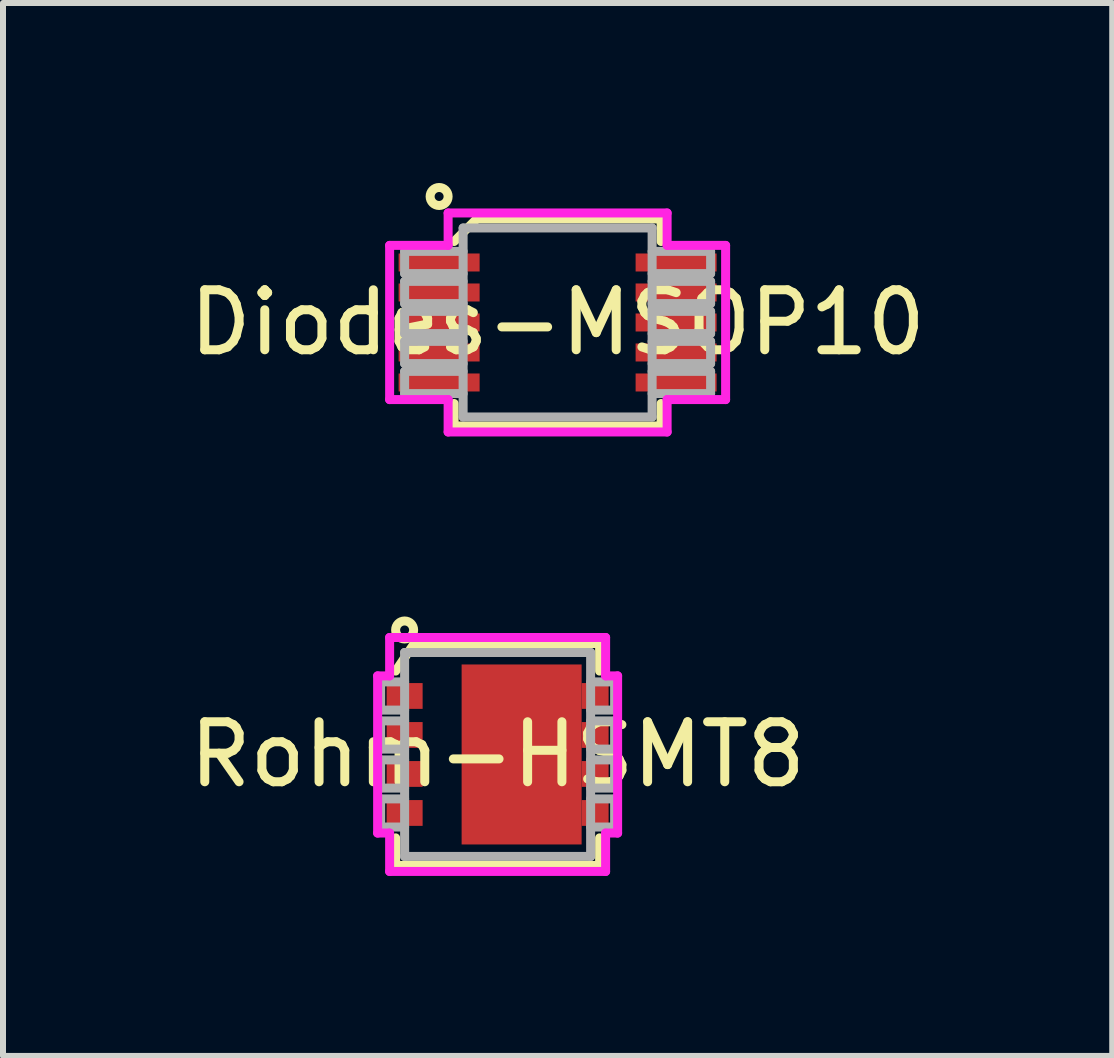
<source format=kicad_pcb>
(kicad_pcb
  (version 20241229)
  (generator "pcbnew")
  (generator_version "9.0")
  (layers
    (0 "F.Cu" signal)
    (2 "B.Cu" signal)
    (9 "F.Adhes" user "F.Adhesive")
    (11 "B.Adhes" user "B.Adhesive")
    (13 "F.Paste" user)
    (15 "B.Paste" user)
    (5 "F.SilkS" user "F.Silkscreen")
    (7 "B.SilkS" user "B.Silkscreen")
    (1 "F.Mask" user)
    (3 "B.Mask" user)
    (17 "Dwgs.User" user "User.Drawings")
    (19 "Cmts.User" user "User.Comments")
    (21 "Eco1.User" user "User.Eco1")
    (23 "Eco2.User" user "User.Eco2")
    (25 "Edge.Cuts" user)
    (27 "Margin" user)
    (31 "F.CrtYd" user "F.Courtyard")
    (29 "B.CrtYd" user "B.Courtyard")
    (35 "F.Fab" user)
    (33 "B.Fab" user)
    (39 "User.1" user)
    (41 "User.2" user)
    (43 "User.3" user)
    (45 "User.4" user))
  (footprint "Diodes-MSOP10"
    (layer "F.Cu")
    (at 6.244 2.325)
    (property "Reference" "Diodes-MSOP10" (at 0 0 0) (layer "F.SilkS") (effects (font (size 1 1) (thickness 0.15))))
    (attr through_hole)
    (fp_line (start -1.725 -1.35) (end -1.35 -1.725) (stroke (width 0.15) (type solid)) (layer "F.SilkS"))
    (fp_line (start -1.725 1.725) (end -1.725 1.35) (stroke (width 0.15) (type solid)) (layer "F.SilkS"))
    (fp_line (start -1.35 -1.725) (end 1.725 -1.725) (stroke (width 0.15) (type solid)) (layer "F.SilkS"))
    (fp_line (start 1.725 -1.725) (end 1.725 -1.35) (stroke (width 0.15) (type solid)) (layer "F.SilkS"))
    (fp_line (start 1.725 1.35) (end 1.725 1.725) (stroke (width 0.15) (type solid)) (layer "F.SilkS"))
    (fp_line (start 1.725 1.725) (end -1.725 1.725) (stroke (width 0.15) (type solid)) (layer "F.SilkS"))
    (fp_circle (center -1.975 -2.1) (end -1.975 -1.95) (stroke (width 0.15) (type solid)) (fill no) (layer "F.SilkS"))
    (fp_line (start -2.8 -1.285) (end -1.825 -1.285) (stroke (width 0.15) (type solid)) (layer "F.CrtYd"))
    (fp_line (start -2.8 1.285) (end -2.8 -1.285) (stroke (width 0.15) (type solid)) (layer "F.CrtYd"))
    (fp_line (start -1.825 -1.825) (end 1.825 -1.825) (stroke (width 0.15) (type solid)) (layer "F.CrtYd"))
    (fp_line (start -1.825 -1.285) (end -1.825 -1.825) (stroke (width 0.15) (type solid)) (layer "F.CrtYd"))
    (fp_line (start -1.825 1.285) (end -2.8 1.285) (stroke (width 0.15) (type solid)) (layer "F.CrtYd"))
    (fp_line (start -1.825 1.825) (end -1.825 1.285) (stroke (width 0.15) (type solid)) (layer "F.CrtYd"))
    (fp_line (start 1.825 -1.825) (end 1.825 -1.285) (stroke (width 0.15) (type solid)) (layer "F.CrtYd"))
    (fp_line (start 1.825 -1.285) (end 2.8 -1.285) (stroke (width 0.15) (type solid)) (layer "F.CrtYd"))
    (fp_line (start 1.825 1.285) (end 1.825 1.825) (stroke (width 0.15) (type solid)) (layer "F.CrtYd"))
    (fp_line (start 1.825 1.825) (end -1.825 1.825) (stroke (width 0.15) (type solid)) (layer "F.CrtYd"))
    (fp_line (start 2.8 -1.285) (end 2.8 1.285) (stroke (width 0.15) (type solid)) (layer "F.CrtYd"))
    (fp_line (start 2.8 1.285) (end 1.825 1.285) (stroke (width 0.15) (type solid)) (layer "F.CrtYd"))
    (fp_line (start -2.55 -1.185) (end -2.55 -0.815) (stroke (width 0.15) (type solid)) (layer "F.Fab"))
    (fp_line (start -2.55 -0.815) (end -1.575 -0.815) (stroke (width 0.15) (type solid)) (layer "F.Fab"))
    (fp_line (start -2.55 -0.685) (end -2.55 -0.315) (stroke (width 0.15) (type solid)) (layer "F.Fab"))
    (fp_line (start -2.55 -0.315) (end -1.575 -0.315) (stroke (width 0.15) (type solid)) (layer "F.Fab"))
    (fp_line (start -2.55 -0.185) (end -2.55 0.185) (stroke (width 0.15) (type solid)) (layer "F.Fab"))
    (fp_line (start -2.55 0.185) (end -1.575 0.185) (stroke (width 0.15) (type solid)) (layer "F.Fab"))
    (fp_line (start -2.55 0.315) (end -2.55 0.685) (stroke (width 0.15) (type solid)) (layer "F.Fab"))
    (fp_line (start -2.55 0.685) (end -1.575 0.685) (stroke (width 0.15) (type solid)) (layer "F.Fab"))
    (fp_line (start -2.55 0.815) (end -2.55 1.185) (stroke (width 0.15) (type solid)) (layer "F.Fab"))
    (fp_line (start -2.55 1.185) (end -1.575 1.185) (stroke (width 0.15) (type solid)) (layer "F.Fab"))
    (fp_line (start -1.575 -1.575) (end 1.575 -1.575) (stroke (width 0.15) (type solid)) (layer "F.Fab"))
    (fp_line (start -1.575 -1.185) (end -2.55 -1.185) (stroke (width 0.15) (type solid)) (layer "F.Fab"))
    (fp_line (start -1.575 -0.685) (end -2.55 -0.685) (stroke (width 0.15) (type solid)) (layer "F.Fab"))
    (fp_line (start -1.575 -0.185) (end -2.55 -0.185) (stroke (width 0.15) (type solid)) (layer "F.Fab"))
    (fp_line (start -1.575 0.315) (end -2.55 0.315) (stroke (width 0.15) (type solid)) (layer "F.Fab"))
    (fp_line (start -1.575 0.815) (end -2.55 0.815) (stroke (width 0.15) (type solid)) (layer "F.Fab"))
    (fp_line (start -1.575 1.575) (end -1.575 -1.575) (stroke (width 0.15) (type solid)) (layer "F.Fab"))
    (fp_line (start 1.575 -1.575) (end 1.575 1.575) (stroke (width 0.15) (type solid)) (layer "F.Fab"))
    (fp_line (start 1.575 -0.815) (end 2.55 -0.815) (stroke (width 0.15) (type solid)) (layer "F.Fab"))
    (fp_line (start 1.575 -0.315) (end 2.55 -0.315) (stroke (width 0.15) (type solid)) (layer "F.Fab"))
    (fp_line (start 1.575 0.185) (end 2.55 0.185) (stroke (width 0.15) (type solid)) (layer "F.Fab"))
    (fp_line (start 1.575 0.685) (end 2.55 0.685) (stroke (width 0.15) (type solid)) (layer "F.Fab"))
    (fp_line (start 1.575 1.185) (end 2.55 1.185) (stroke (width 0.15) (type solid)) (layer "F.Fab"))
    (fp_line (start 1.575 1.575) (end -1.575 1.575) (stroke (width 0.15) (type solid)) (layer "F.Fab"))
    (fp_line (start 2.55 -1.185) (end 1.575 -1.185) (stroke (width 0.15) (type solid)) (layer "F.Fab"))
    (fp_line (start 2.55 -0.815) (end 2.55 -1.185) (stroke (width 0.15) (type solid)) (layer "F.Fab"))
    (fp_line (start 2.55 -0.685) (end 1.575 -0.685) (stroke (width 0.15) (type solid)) (layer "F.Fab"))
    (fp_line (start 2.55 -0.315) (end 2.55 -0.685) (stroke (width 0.15) (type solid)) (layer "F.Fab"))
    (fp_line (start 2.55 -0.185) (end 1.575 -0.185) (stroke (width 0.15) (type solid)) (layer "F.Fab"))
    (fp_line (start 2.55 0.185) (end 2.55 -0.185) (stroke (width 0.15) (type solid)) (layer "F.Fab"))
    (fp_line (start 2.55 0.315) (end 1.575 0.315) (stroke (width 0.15) (type solid)) (layer "F.Fab"))
    (fp_line (start 2.55 0.685) (end 2.55 0.315) (stroke (width 0.15) (type solid)) (layer "F.Fab"))
    (fp_line (start 2.55 0.815) (end 1.575 0.815) (stroke (width 0.15) (type solid)) (layer "F.Fab"))
    (fp_line (start 2.55 1.185) (end 2.55 0.815) (stroke (width 0.15) (type solid)) (layer "F.Fab"))
    (pad "1" smd rect (at -1.975 -1) (size 1.35 0.3) (layers "F.Cu" "F.Mask" "F.Paste"))
    (pad "2" smd rect (at -1.975 -0.5) (size 1.35 0.3) (layers "F.Cu" "F.Mask" "F.Paste"))
    (pad "3" smd rect (at -1.975 0) (size 1.35 0.3) (layers "F.Cu" "F.Mask" "F.Paste"))
    (pad "4" smd rect (at -1.975 0.5) (size 1.35 0.3) (layers "F.Cu" "F.Mask" "F.Paste"))
    (pad "5" smd rect (at -1.975 1) (size 1.35 0.3) (layers "F.Cu" "F.Mask" "F.Paste"))
    (pad "6" smd rect (at 1.975 1) (size 1.35 0.3) (layers "F.Cu" "F.Mask" "F.Paste"))
    (pad "7" smd rect (at 1.975 0.5) (size 1.35 0.3) (layers "F.Cu" "F.Mask" "F.Paste"))
    (pad "8" smd rect (at 1.975 0) (size 1.35 0.3) (layers "F.Cu" "F.Mask" "F.Paste"))
    (pad "9" smd rect (at 1.975 -0.5) (size 1.35 0.3) (layers "F.Cu" "F.Mask" "F.Paste"))
    (pad "10" smd rect (at 1.975 -1) (size 1.35 0.3) (layers "F.Cu" "F.Mask" "F.Paste")))
  (footprint "Rohm-HSMT8"
    (layer "F.Cu")
    (at 5.244 9.525)
    (property "Reference" "Rohm-HSMT8" (at 0 0 0) (layer "F.SilkS") (effects (font (size 1 1) (thickness 0.15))))
    (attr through_hole)
    (fp_line (start -1.7 -1.39) (end -1.39 -1.85) (stroke (width 0.15) (type solid)) (layer "F.SilkS"))
    (fp_line (start -1.7 1.85) (end -1.7 1.39) (stroke (width 0.15) (type solid)) (layer "F.SilkS"))
    (fp_line (start -1.39 -1.85) (end 1.7 -1.85) (stroke (width 0.15) (type solid)) (layer "F.SilkS"))
    (fp_line (start 1.7 -1.85) (end 1.7 -1.39) (stroke (width 0.15) (type solid)) (layer "F.SilkS"))
    (fp_line (start 1.7 1.39) (end 1.7 1.85) (stroke (width 0.15) (type solid)) (layer "F.SilkS"))
    (fp_line (start 1.7 1.85) (end -1.7 1.85) (stroke (width 0.15) (type solid)) (layer "F.SilkS"))
    (fp_circle (center -1.55 -2.075) (end -1.55 -1.925) (stroke (width 0.15) (type solid)) (fill no) (layer "F.SilkS"))
    (fp_line (start -2 -1.31) (end -1.8 -1.31) (stroke (width 0.15) (type solid)) (layer "F.CrtYd"))
    (fp_line (start -2 1.31) (end -2 -1.31) (stroke (width 0.15) (type solid)) (layer "F.CrtYd"))
    (fp_line (start -1.8 -1.95) (end 1.8 -1.95) (stroke (width 0.15) (type solid)) (layer "F.CrtYd"))
    (fp_line (start -1.8 -1.31) (end -1.8 -1.95) (stroke (width 0.15) (type solid)) (layer "F.CrtYd"))
    (fp_line (start -1.8 1.31) (end -2 1.31) (stroke (width 0.15) (type solid)) (layer "F.CrtYd"))
    (fp_line (start -1.8 1.95) (end -1.8 1.31) (stroke (width 0.15) (type solid)) (layer "F.CrtYd"))
    (fp_line (start 1.8 -1.95) (end 1.8 -1.31) (stroke (width 0.15) (type solid)) (layer "F.CrtYd"))
    (fp_line (start 1.8 -1.31) (end 2 -1.31) (stroke (width 0.15) (type solid)) (layer "F.CrtYd"))
    (fp_line (start 1.8 1.31) (end 1.8 1.95) (stroke (width 0.15) (type solid)) (layer "F.CrtYd"))
    (fp_line (start 1.8 1.95) (end -1.8 1.95) (stroke (width 0.15) (type solid)) (layer "F.CrtYd"))
    (fp_line (start 2 -1.31) (end 2 1.31) (stroke (width 0.15) (type solid)) (layer "F.CrtYd"))
    (fp_line (start 2 1.31) (end 1.8 1.31) (stroke (width 0.15) (type solid)) (layer "F.CrtYd"))
    (fp_line (start -1.95 -1.21) (end -1.95 -0.74) (stroke (width 0.15) (type solid)) (layer "F.Fab"))
    (fp_line (start -1.95 -0.74) (end -1.55 -0.74) (stroke (width 0.15) (type solid)) (layer "F.Fab"))
    (fp_line (start -1.95 -0.56) (end -1.95 -0.09) (stroke (width 0.15) (type solid)) (layer "F.Fab"))
    (fp_line (start -1.95 -0.09) (end -1.55 -0.09) (stroke (width 0.15) (type solid)) (layer "F.Fab"))
    (fp_line (start -1.95 0.09) (end -1.95 0.56) (stroke (width 0.15) (type solid)) (layer "F.Fab"))
    (fp_line (start -1.95 0.56) (end -1.55 0.56) (stroke (width 0.15) (type solid)) (layer "F.Fab"))
    (fp_line (start -1.95 0.74) (end -1.95 1.21) (stroke (width 0.15) (type solid)) (layer "F.Fab"))
    (fp_line (start -1.95 1.21) (end -1.55 1.21) (stroke (width 0.15) (type solid)) (layer "F.Fab"))
    (fp_line (start -1.55 -1.7) (end 1.55 -1.7) (stroke (width 0.15) (type solid)) (layer "F.Fab"))
    (fp_line (start -1.55 -1.21) (end -1.95 -1.21) (stroke (width 0.15) (type solid)) (layer "F.Fab"))
    (fp_line (start -1.55 -0.56) (end -1.95 -0.56) (stroke (width 0.15) (type solid)) (layer "F.Fab"))
    (fp_line (start -1.55 0.09) (end -1.95 0.09) (stroke (width 0.15) (type solid)) (layer "F.Fab"))
    (fp_line (start -1.55 0.74) (end -1.95 0.74) (stroke (width 0.15) (type solid)) (layer "F.Fab"))
    (fp_line (start -1.55 1.7) (end -1.55 -1.7) (stroke (width 0.15) (type solid)) (layer "F.Fab"))
    (fp_line (start 1.55 -1.7) (end 1.55 1.7) (stroke (width 0.15) (type solid)) (layer "F.Fab"))
    (fp_line (start 1.55 -0.74) (end 1.95 -0.74) (stroke (width 0.15) (type solid)) (layer "F.Fab"))
    (fp_line (start 1.55 -0.09) (end 1.95 -0.09) (stroke (width 0.15) (type solid)) (layer "F.Fab"))
    (fp_line (start 1.55 0.56) (end 1.95 0.56) (stroke (width 0.15) (type solid)) (layer "F.Fab"))
    (fp_line (start 1.55 1.21) (end 1.95 1.21) (stroke (width 0.15) (type solid)) (layer "F.Fab"))
    (fp_line (start 1.55 1.7) (end -1.55 1.7) (stroke (width 0.15) (type solid)) (layer "F.Fab"))
    (fp_line (start 1.95 -1.21) (end 1.55 -1.21) (stroke (width 0.15) (type solid)) (layer "F.Fab"))
    (fp_line (start 1.95 -0.74) (end 1.95 -1.21) (stroke (width 0.15) (type solid)) (layer "F.Fab"))
    (fp_line (start 1.95 -0.56) (end 1.55 -0.56) (stroke (width 0.15) (type solid)) (layer "F.Fab"))
    (fp_line (start 1.95 -0.09) (end 1.95 -0.56) (stroke (width 0.15) (type solid)) (layer "F.Fab"))
    (fp_line (start 1.95 0.09) (end 1.55 0.09) (stroke (width 0.15) (type solid)) (layer "F.Fab"))
    (fp_line (start 1.95 0.56) (end 1.95 0.09) (stroke (width 0.15) (type solid)) (layer "F.Fab"))
    (fp_line (start 1.95 0.74) (end 1.55 0.74) (stroke (width 0.15) (type solid)) (layer "F.Fab"))
    (fp_line (start 1.95 1.21) (end 1.95 0.74) (stroke (width 0.15) (type solid)) (layer "F.Fab"))
    (pad "1" smd rect (at -1.55 -0.975) (size 0.6 0.43) (layers "F.Cu" "F.Mask" "F.Paste"))
    (pad "2" smd rect (at -1.55 -0.325) (size 0.6 0.43) (layers "F.Cu" "F.Mask" "F.Paste"))
    (pad "3" smd rect (at -1.55 0.325) (size 0.6 0.43) (layers "F.Cu" "F.Mask" "F.Paste"))
    (pad "4" smd rect (at -1.55 0.975) (size 0.6 0.43) (layers "F.Cu" "F.Mask" "F.Paste"))
    (pad "5" smd rect (at 1.625 0.975) (size 0.45 0.43) (layers "F.Cu" "F.Mask" "F.Paste"))
    (pad "6" smd rect (at 1.625 0.325) (size 0.45 0.43) (layers "F.Cu" "F.Mask" "F.Paste"))
    (pad "7" smd rect (at 1.625 -0.325) (size 0.45 0.43) (layers "F.Cu" "F.Mask" "F.Paste"))
    (pad "8" smd rect (at 0.4 0) (size 2 3) (layers "F.Cu" "F.Mask" "F.Paste"))
    (pad "8" smd rect (at 1.625 -0.975) (size 0.45 0.43) (layers "F.Cu" "F.Mask" "F.Paste")))
  (gr_rect
    (start -3 -3)
    (end 15.488 14.55)
    (stroke (width 0.1) (type default))
    (fill no)
    (layer "Edge.Cuts")))
</source>
